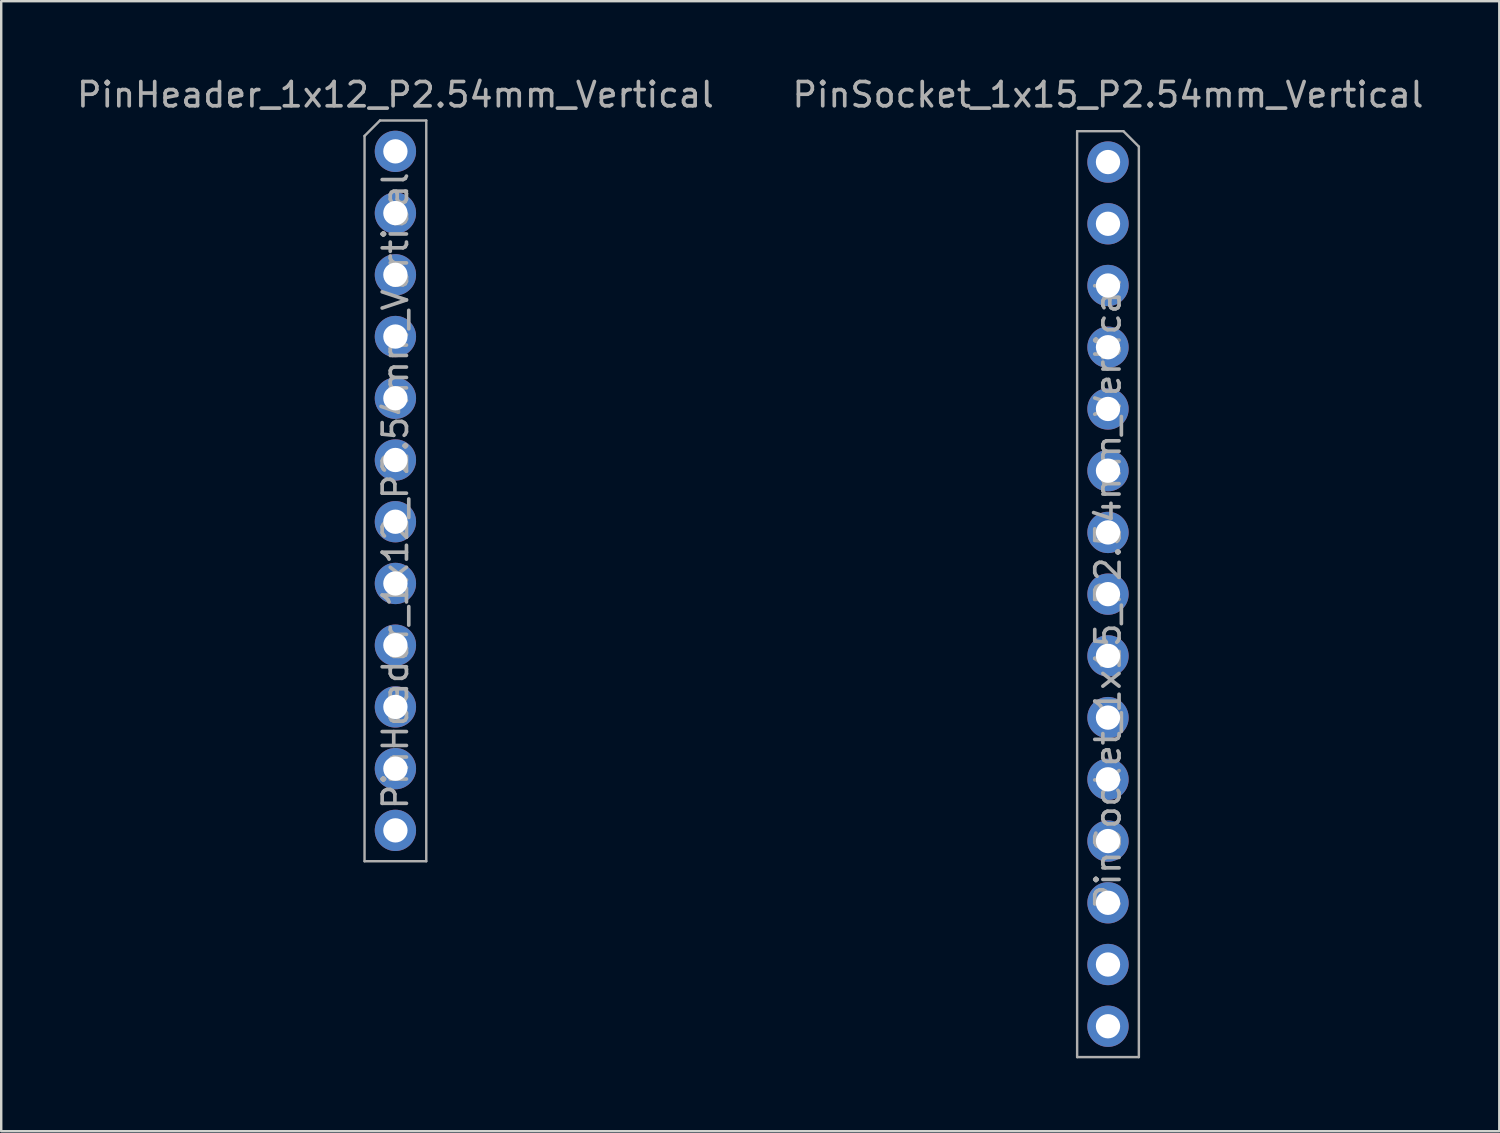
<source format=kicad_pcb>
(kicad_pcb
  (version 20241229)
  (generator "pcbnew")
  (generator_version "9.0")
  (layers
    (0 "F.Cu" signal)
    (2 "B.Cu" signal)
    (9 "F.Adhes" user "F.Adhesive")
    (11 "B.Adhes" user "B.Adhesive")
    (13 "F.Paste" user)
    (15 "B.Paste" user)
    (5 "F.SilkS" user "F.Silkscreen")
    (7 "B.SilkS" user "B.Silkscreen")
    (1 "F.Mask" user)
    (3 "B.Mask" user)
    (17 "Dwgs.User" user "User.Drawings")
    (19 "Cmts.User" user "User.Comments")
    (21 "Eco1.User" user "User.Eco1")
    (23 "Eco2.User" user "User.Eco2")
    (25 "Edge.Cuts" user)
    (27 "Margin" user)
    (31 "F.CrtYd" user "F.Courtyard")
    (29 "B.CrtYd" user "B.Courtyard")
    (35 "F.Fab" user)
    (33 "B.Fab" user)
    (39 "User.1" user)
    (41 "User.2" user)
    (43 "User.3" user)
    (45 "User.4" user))
  (footprint "PinHeader_1x12_P2.54mm_Vertical"
    (layer "F.Cu")
    (at 13.22 3.178)
    (property "Reference" "PinHeader_1x12_P2.54mm_Vertical" (at 0 -2.33 180) (layer "F.Fab") (effects (font (size 1 1) (thickness 0.15))))
    (attr through_hole)
    (fp_line (start -1.27 -0.635) (end -0.635 -1.27) (stroke (width 0.1) (type solid)) (layer "F.Fab"))
    (fp_line (start -1.27 29.21) (end -1.27 -0.635) (stroke (width 0.1) (type solid)) (layer "F.Fab"))
    (fp_line (start -0.635 -1.27) (end 1.27 -1.27) (stroke (width 0.1) (type solid)) (layer "F.Fab"))
    (fp_line (start 1.27 -1.27) (end 1.27 29.21) (stroke (width 0.1) (type solid)) (layer "F.Fab"))
    (fp_line (start 1.27 29.21) (end -1.27 29.21) (stroke (width 0.1) (type solid)) (layer "F.Fab"))
    (fp_text user "${REFERENCE}" (at 0 13.97 90) (layer "F.Fab") (effects (font (size 1 1) (thickness 0.15))))
    (pad "1" thru_hole circle (at 0 0) (size 1.7 1.7) (drill 1) (layers "*.Cu" "*.Mask"))
    (pad "2" thru_hole oval (at 0 2.54) (size 1.7 1.7) (drill 1) (layers "*.Cu" "*.Mask"))
    (pad "3" thru_hole oval (at 0 5.08) (size 1.7 1.7) (drill 1) (layers "*.Cu" "*.Mask"))
    (pad "4" thru_hole oval (at 0 7.62) (size 1.7 1.7) (drill 1) (layers "*.Cu" "*.Mask"))
    (pad "5" thru_hole oval (at 0 10.16) (size 1.7 1.7) (drill 1) (layers "*.Cu" "*.Mask"))
    (pad "6" thru_hole oval (at 0 12.7) (size 1.7 1.7) (drill 1) (layers "*.Cu" "*.Mask"))
    (pad "7" thru_hole oval (at 0 15.24) (size 1.7 1.7) (drill 1) (layers "*.Cu" "*.Mask"))
    (pad "8" thru_hole oval (at 0 17.78) (size 1.7 1.7) (drill 1) (layers "*.Cu" "*.Mask"))
    (pad "9" thru_hole oval (at 0 20.32) (size 1.7 1.7) (drill 1) (layers "*.Cu" "*.Mask"))
    (pad "10" thru_hole oval (at 0 22.86) (size 1.7 1.7) (drill 1) (layers "*.Cu" "*.Mask"))
    (pad "11" thru_hole oval (at 0 25.4) (size 1.7 1.7) (drill 1) (layers "*.Cu" "*.Mask"))
    (pad "12" thru_hole oval (at 0 27.94) (size 1.7 1.7) (drill 1) (layers "*.Cu" "*.Mask")))
  (footprint "PinSocket_1x15_P2.54mm_Vertical"
    (layer "F.Cu")
    (at 42.542 3.618)
    (property "Reference" "PinSocket_1x15_P2.54mm_Vertical" (at 0 -2.77 0) (layer "F.Fab") (effects (font (size 1 1) (thickness 0.15))))
    (attr through_hole)
    (fp_line (start -1.27 -1.27) (end 0.635 -1.27) (stroke (width 0.1) (type solid)) (layer "F.Fab"))
    (fp_line (start -1.27 36.83) (end -1.27 -1.27) (stroke (width 0.1) (type solid)) (layer "F.Fab"))
    (fp_line (start 0.635 -1.27) (end 1.27 -0.635) (stroke (width 0.1) (type solid)) (layer "F.Fab"))
    (fp_line (start 1.27 -0.635) (end 1.27 36.83) (stroke (width 0.1) (type solid)) (layer "F.Fab"))
    (fp_line (start 1.27 36.83) (end -1.27 36.83) (stroke (width 0.1) (type solid)) (layer "F.Fab"))
    (fp_text user "${REFERENCE}" (at 0 17.78 90) (layer "F.Fab") (effects (font (size 1 1) (thickness 0.15))))
    (pad "1" thru_hole circle (at 0 0) (size 1.7 1.7) (drill 1) (layers "*.Cu" "*.Mask"))
    (pad "2" thru_hole oval (at 0 2.54) (size 1.7 1.7) (drill 1) (layers "*.Cu" "*.Mask"))
    (pad "3" thru_hole oval (at 0 5.08) (size 1.7 1.7) (drill 1) (layers "*.Cu" "*.Mask"))
    (pad "4" thru_hole oval (at 0 7.62) (size 1.7 1.7) (drill 1) (layers "*.Cu" "*.Mask"))
    (pad "5" thru_hole oval (at 0 10.16) (size 1.7 1.7) (drill 1) (layers "*.Cu" "*.Mask"))
    (pad "6" thru_hole oval (at 0 12.7) (size 1.7 1.7) (drill 1) (layers "*.Cu" "*.Mask"))
    (pad "7" thru_hole oval (at 0 15.24) (size 1.7 1.7) (drill 1) (layers "*.Cu" "*.Mask"))
    (pad "8" thru_hole oval (at 0 17.78) (size 1.7 1.7) (drill 1) (layers "*.Cu" "*.Mask"))
    (pad "9" thru_hole oval (at 0 20.32) (size 1.7 1.7) (drill 1) (layers "*.Cu" "*.Mask"))
    (pad "10" thru_hole oval (at 0 22.86) (size 1.7 1.7) (drill 1) (layers "*.Cu" "*.Mask"))
    (pad "11" thru_hole oval (at 0 25.4) (size 1.7 1.7) (drill 1) (layers "*.Cu" "*.Mask"))
    (pad "12" thru_hole oval (at 0 27.94) (size 1.7 1.7) (drill 1) (layers "*.Cu" "*.Mask"))
    (pad "13" thru_hole oval (at 0 30.48) (size 1.7 1.7) (drill 1) (layers "*.Cu" "*.Mask"))
    (pad "14" thru_hole oval (at 0 33.02) (size 1.7 1.7) (drill 1) (layers "*.Cu" "*.Mask"))
    (pad "15" thru_hole oval (at 0 35.56) (size 1.7 1.7) (drill 1) (layers "*.Cu" "*.Mask")))
  (gr_rect
    (start -3 -3)
    (end 58.643 43.498)
    (stroke (width 0.1) (type default))
    (fill no)
    (layer "Edge.Cuts")))
</source>
